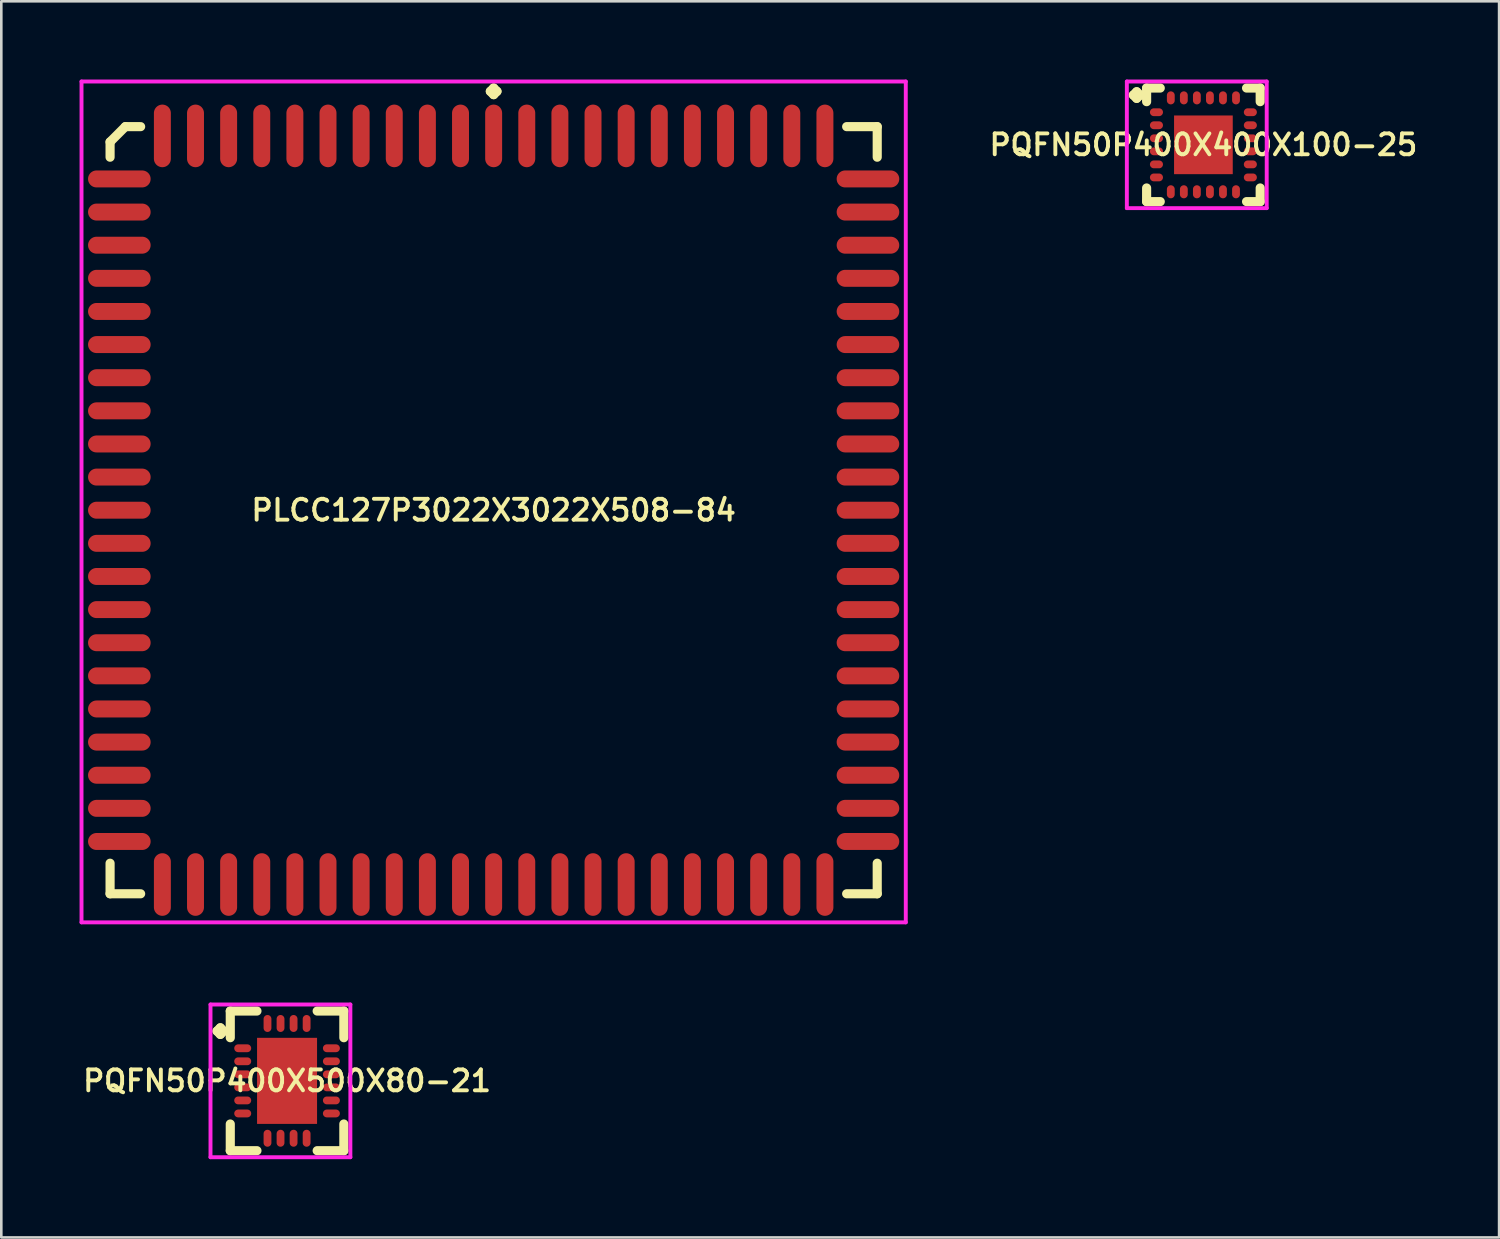
<source format=kicad_pcb>
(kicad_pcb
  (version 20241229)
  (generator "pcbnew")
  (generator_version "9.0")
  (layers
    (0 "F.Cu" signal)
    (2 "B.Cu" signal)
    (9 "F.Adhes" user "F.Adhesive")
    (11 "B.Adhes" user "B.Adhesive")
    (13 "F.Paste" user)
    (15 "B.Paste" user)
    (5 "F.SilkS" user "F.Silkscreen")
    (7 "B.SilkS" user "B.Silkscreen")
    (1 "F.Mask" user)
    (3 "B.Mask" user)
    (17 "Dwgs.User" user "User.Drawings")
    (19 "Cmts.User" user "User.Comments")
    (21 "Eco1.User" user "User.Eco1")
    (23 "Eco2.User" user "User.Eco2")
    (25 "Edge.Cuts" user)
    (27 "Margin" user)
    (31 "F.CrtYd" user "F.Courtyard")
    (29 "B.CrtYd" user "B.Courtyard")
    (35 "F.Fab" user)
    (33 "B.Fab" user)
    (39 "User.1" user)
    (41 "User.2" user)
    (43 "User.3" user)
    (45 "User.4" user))
  (footprint "PLCC127P3022X3022X508-84"
    (layer "F.Cu")
    (at 15.875 16.51)
    (property "Reference" "PLCC127P3022X3022X508-84" (at 0 0 0) (layer "F.SilkS") (effects (font (size 0.8 0.8) (thickness 0.15))))
    (attr smd)
    (fp_line (start -14.705 -14.119) (end -14.119 -14.705) (stroke (width 0.35) (type solid)) (layer "F.SilkS"))
    (fp_line (start -14.705 -13.533) (end -14.705 -14.119) (stroke (width 0.35) (type solid)) (layer "F.SilkS"))
    (fp_line (start -14.705 13.533) (end -14.705 14.705) (stroke (width 0.35) (type solid)) (layer "F.SilkS"))
    (fp_line (start -14.705 14.705) (end -13.533 14.705) (stroke (width 0.35) (type solid)) (layer "F.SilkS"))
    (fp_line (start -14.119 -14.705) (end -13.533 -14.705) (stroke (width 0.35) (type solid)) (layer "F.SilkS"))
    (fp_line (start -0.127 -16.058) (end 0 -16.185) (stroke (width 0.35) (type solid)) (layer "F.SilkS"))
    (fp_line (start 0 -16.185) (end 0.127 -16.058) (stroke (width 0.35) (type solid)) (layer "F.SilkS"))
    (fp_line (start 0 -15.931) (end -0.127 -16.058) (stroke (width 0.35) (type solid)) (layer "F.SilkS"))
    (fp_line (start 0.127 -16.058) (end 0 -15.931) (stroke (width 0.35) (type solid)) (layer "F.SilkS"))
    (fp_line (start 14.705 -14.705) (end 13.533 -14.705) (stroke (width 0.35) (type solid)) (layer "F.SilkS"))
    (fp_line (start 14.705 -13.533) (end 14.705 -14.705) (stroke (width 0.35) (type solid)) (layer "F.SilkS"))
    (fp_line (start 14.705 13.533) (end 14.705 14.705) (stroke (width 0.35) (type solid)) (layer "F.SilkS"))
    (fp_line (start 14.705 14.705) (end 13.533 14.705) (stroke (width 0.35) (type solid)) (layer "F.SilkS"))
    (fp_line (start -15.8 -16.435) (end 15.8 -16.435) (stroke (width 0.15) (type solid)) (layer "F.CrtYd"))
    (fp_line (start -15.8 15.8) (end -15.8 -16.435) (stroke (width 0.15) (type solid)) (layer "F.CrtYd"))
    (fp_line (start 15.8 -16.435) (end 15.8 15.8) (stroke (width 0.15) (type solid)) (layer "F.CrtYd"))
    (fp_line (start 15.8 15.8) (end -15.8 15.8) (stroke (width 0.15) (type solid)) (layer "F.CrtYd"))
    (pad "1" smd oval (at 0 -14.35) (size 0.65 2.4) (layers "F.Cu" "F.Mask" "F.Paste"))
    (pad "2" smd oval (at -1.27 -14.35) (size 0.65 2.4) (layers "F.Cu" "F.Mask" "F.Paste"))
    (pad "3" smd oval (at -2.54 -14.35) (size 0.65 2.4) (layers "F.Cu" "F.Mask" "F.Paste"))
    (pad "4" smd oval (at -3.81 -14.35) (size 0.65 2.4) (layers "F.Cu" "F.Mask" "F.Paste"))
    (pad "5" smd oval (at -5.08 -14.35) (size 0.65 2.4) (layers "F.Cu" "F.Mask" "F.Paste"))
    (pad "6" smd oval (at -6.35 -14.35) (size 0.65 2.4) (layers "F.Cu" "F.Mask" "F.Paste"))
    (pad "7" smd oval (at -7.62 -14.35) (size 0.65 2.4) (layers "F.Cu" "F.Mask" "F.Paste"))
    (pad "8" smd oval (at -8.89 -14.35) (size 0.65 2.4) (layers "F.Cu" "F.Mask" "F.Paste"))
    (pad "9" smd oval (at -10.16 -14.35) (size 0.65 2.4) (layers "F.Cu" "F.Mask" "F.Paste"))
    (pad "10" smd oval (at -11.43 -14.35) (size 0.65 2.4) (layers "F.Cu" "F.Mask" "F.Paste"))
    (pad "11" smd oval (at -12.7 -14.35) (size 0.65 2.4) (layers "F.Cu" "F.Mask" "F.Paste"))
    (pad "12" smd oval (at -14.35 -12.7) (size 2.4 0.65) (layers "F.Cu" "F.Mask" "F.Paste"))
    (pad "13" smd oval (at -14.35 -11.43) (size 2.4 0.65) (layers "F.Cu" "F.Mask" "F.Paste"))
    (pad "14" smd oval (at -14.35 -10.16) (size 2.4 0.65) (layers "F.Cu" "F.Mask" "F.Paste"))
    (pad "15" smd oval (at -14.35 -8.89) (size 2.4 0.65) (layers "F.Cu" "F.Mask" "F.Paste"))
    (pad "16" smd oval (at -14.35 -7.62) (size 2.4 0.65) (layers "F.Cu" "F.Mask" "F.Paste"))
    (pad "17" smd oval (at -14.35 -6.35) (size 2.4 0.65) (layers "F.Cu" "F.Mask" "F.Paste"))
    (pad "18" smd oval (at -14.35 -5.08) (size 2.4 0.65) (layers "F.Cu" "F.Mask" "F.Paste"))
    (pad "19" smd oval (at -14.35 -3.81) (size 2.4 0.65) (layers "F.Cu" "F.Mask" "F.Paste"))
    (pad "20" smd oval (at -14.35 -2.54) (size 2.4 0.65) (layers "F.Cu" "F.Mask" "F.Paste"))
    (pad "21" smd oval (at -14.35 -1.27) (size 2.4 0.65) (layers "F.Cu" "F.Mask" "F.Paste"))
    (pad "22" smd oval (at -14.35 0) (size 2.4 0.65) (layers "F.Cu" "F.Mask" "F.Paste"))
    (pad "23" smd oval (at -14.35 1.27) (size 2.4 0.65) (layers "F.Cu" "F.Mask" "F.Paste"))
    (pad "24" smd oval (at -14.35 2.54) (size 2.4 0.65) (layers "F.Cu" "F.Mask" "F.Paste"))
    (pad "25" smd oval (at -14.35 3.81) (size 2.4 0.65) (layers "F.Cu" "F.Mask" "F.Paste"))
    (pad "26" smd oval (at -14.35 5.08) (size 2.4 0.65) (layers "F.Cu" "F.Mask" "F.Paste"))
    (pad "27" smd oval (at -14.35 6.35) (size 2.4 0.65) (layers "F.Cu" "F.Mask" "F.Paste"))
    (pad "28" smd oval (at -14.35 7.62) (size 2.4 0.65) (layers "F.Cu" "F.Mask" "F.Paste"))
    (pad "29" smd oval (at -14.35 8.89) (size 2.4 0.65) (layers "F.Cu" "F.Mask" "F.Paste"))
    (pad "30" smd oval (at -14.35 10.16) (size 2.4 0.65) (layers "F.Cu" "F.Mask" "F.Paste"))
    (pad "31" smd oval (at -14.35 11.43) (size 2.4 0.65) (layers "F.Cu" "F.Mask" "F.Paste"))
    (pad "32" smd oval (at -14.35 12.7) (size 2.4 0.65) (layers "F.Cu" "F.Mask" "F.Paste"))
    (pad "33" smd oval (at -12.7 14.35) (size 0.65 2.4) (layers "F.Cu" "F.Mask" "F.Paste"))
    (pad "34" smd oval (at -11.43 14.35) (size 0.65 2.4) (layers "F.Cu" "F.Mask" "F.Paste"))
    (pad "35" smd oval (at -10.16 14.35) (size 0.65 2.4) (layers "F.Cu" "F.Mask" "F.Paste"))
    (pad "36" smd oval (at -8.89 14.35) (size 0.65 2.4) (layers "F.Cu" "F.Mask" "F.Paste"))
    (pad "37" smd oval (at -7.62 14.35) (size 0.65 2.4) (layers "F.Cu" "F.Mask" "F.Paste"))
    (pad "38" smd oval (at -6.35 14.35) (size 0.65 2.4) (layers "F.Cu" "F.Mask" "F.Paste"))
    (pad "39" smd oval (at -5.08 14.35) (size 0.65 2.4) (layers "F.Cu" "F.Mask" "F.Paste"))
    (pad "40" smd oval (at -3.81 14.35) (size 0.65 2.4) (layers "F.Cu" "F.Mask" "F.Paste"))
    (pad "41" smd oval (at -2.54 14.35) (size 0.65 2.4) (layers "F.Cu" "F.Mask" "F.Paste"))
    (pad "42" smd oval (at -1.27 14.35) (size 0.65 2.4) (layers "F.Cu" "F.Mask" "F.Paste"))
    (pad "43" smd oval (at 0 14.35) (size 0.65 2.4) (layers "F.Cu" "F.Mask" "F.Paste"))
    (pad "44" smd oval (at 1.27 14.35) (size 0.65 2.4) (layers "F.Cu" "F.Mask" "F.Paste"))
    (pad "45" smd oval (at 2.54 14.35) (size 0.65 2.4) (layers "F.Cu" "F.Mask" "F.Paste"))
    (pad "46" smd oval (at 3.81 14.35) (size 0.65 2.4) (layers "F.Cu" "F.Mask" "F.Paste"))
    (pad "47" smd oval (at 5.08 14.35) (size 0.65 2.4) (layers "F.Cu" "F.Mask" "F.Paste"))
    (pad "48" smd oval (at 6.35 14.35) (size 0.65 2.4) (layers "F.Cu" "F.Mask" "F.Paste"))
    (pad "49" smd oval (at 7.62 14.35) (size 0.65 2.4) (layers "F.Cu" "F.Mask" "F.Paste"))
    (pad "50" smd oval (at 8.89 14.35) (size 0.65 2.4) (layers "F.Cu" "F.Mask" "F.Paste"))
    (pad "51" smd oval (at 10.16 14.35) (size 0.65 2.4) (layers "F.Cu" "F.Mask" "F.Paste"))
    (pad "52" smd oval (at 11.43 14.35) (size 0.65 2.4) (layers "F.Cu" "F.Mask" "F.Paste"))
    (pad "53" smd oval (at 12.7 14.35) (size 0.65 2.4) (layers "F.Cu" "F.Mask" "F.Paste"))
    (pad "54" smd oval (at 14.35 12.7) (size 2.4 0.65) (layers "F.Cu" "F.Mask" "F.Paste"))
    (pad "55" smd oval (at 14.35 11.43) (size 2.4 0.65) (layers "F.Cu" "F.Mask" "F.Paste"))
    (pad "56" smd oval (at 14.35 10.16) (size 2.4 0.65) (layers "F.Cu" "F.Mask" "F.Paste"))
    (pad "57" smd oval (at 14.35 8.89) (size 2.4 0.65) (layers "F.Cu" "F.Mask" "F.Paste"))
    (pad "58" smd oval (at 14.35 7.62) (size 2.4 0.65) (layers "F.Cu" "F.Mask" "F.Paste"))
    (pad "59" smd oval (at 14.35 6.35) (size 2.4 0.65) (layers "F.Cu" "F.Mask" "F.Paste"))
    (pad "60" smd oval (at 14.35 5.08) (size 2.4 0.65) (layers "F.Cu" "F.Mask" "F.Paste"))
    (pad "61" smd oval (at 14.35 3.81) (size 2.4 0.65) (layers "F.Cu" "F.Mask" "F.Paste"))
    (pad "62" smd oval (at 14.35 2.54) (size 2.4 0.65) (layers "F.Cu" "F.Mask" "F.Paste"))
    (pad "63" smd oval (at 14.35 1.27) (size 2.4 0.65) (layers "F.Cu" "F.Mask" "F.Paste"))
    (pad "64" smd oval (at 14.35 0) (size 2.4 0.65) (layers "F.Cu" "F.Mask" "F.Paste"))
    (pad "65" smd oval (at 14.35 -1.27) (size 2.4 0.65) (layers "F.Cu" "F.Mask" "F.Paste"))
    (pad "66" smd oval (at 14.35 -2.54) (size 2.4 0.65) (layers "F.Cu" "F.Mask" "F.Paste"))
    (pad "67" smd oval (at 14.35 -3.81) (size 2.4 0.65) (layers "F.Cu" "F.Mask" "F.Paste"))
    (pad "68" smd oval (at 14.35 -5.08) (size 2.4 0.65) (layers "F.Cu" "F.Mask" "F.Paste"))
    (pad "69" smd oval (at 14.35 -6.35) (size 2.4 0.65) (layers "F.Cu" "F.Mask" "F.Paste"))
    (pad "70" smd oval (at 14.35 -7.62) (size 2.4 0.65) (layers "F.Cu" "F.Mask" "F.Paste"))
    (pad "71" smd oval (at 14.35 -8.89) (size 2.4 0.65) (layers "F.Cu" "F.Mask" "F.Paste"))
    (pad "72" smd oval (at 14.35 -10.16) (size 2.4 0.65) (layers "F.Cu" "F.Mask" "F.Paste"))
    (pad "73" smd oval (at 14.35 -11.43) (size 2.4 0.65) (layers "F.Cu" "F.Mask" "F.Paste"))
    (pad "74" smd oval (at 14.35 -12.7) (size 2.4 0.65) (layers "F.Cu" "F.Mask" "F.Paste"))
    (pad "75" smd oval (at 12.7 -14.35) (size 0.65 2.4) (layers "F.Cu" "F.Mask" "F.Paste"))
    (pad "76" smd oval (at 11.43 -14.35) (size 0.65 2.4) (layers "F.Cu" "F.Mask" "F.Paste"))
    (pad "77" smd oval (at 10.16 -14.35) (size 0.65 2.4) (layers "F.Cu" "F.Mask" "F.Paste"))
    (pad "78" smd oval (at 8.89 -14.35) (size 0.65 2.4) (layers "F.Cu" "F.Mask" "F.Paste"))
    (pad "79" smd oval (at 7.62 -14.35) (size 0.65 2.4) (layers "F.Cu" "F.Mask" "F.Paste"))
    (pad "80" smd oval (at 6.35 -14.35) (size 0.65 2.4) (layers "F.Cu" "F.Mask" "F.Paste"))
    (pad "81" smd oval (at 5.08 -14.35) (size 0.65 2.4) (layers "F.Cu" "F.Mask" "F.Paste"))
    (pad "82" smd oval (at 3.81 -14.35) (size 0.65 2.4) (layers "F.Cu" "F.Mask" "F.Paste"))
    (pad "83" smd oval (at 2.54 -14.35) (size 0.65 2.4) (layers "F.Cu" "F.Mask" "F.Paste"))
    (pad "84" smd oval (at 1.27 -14.35) (size 0.65 2.4) (layers "F.Cu" "F.Mask" "F.Paste")))
  (footprint "PQFN50P400X400X100-25"
    (layer "F.Cu")
    (at 43.085 2.502)
    (property "Reference" "PQFN50P400X400X100-25" (at 0 0 0) (layer "F.SilkS") (effects (font (size 0.8 0.8) (thickness 0.15))))
    (attr through_hole)
    (fp_line (start -2.685 -1.908) (end -2.558 -2.035) (stroke (width 0.35) (type solid)) (layer "F.SilkS"))
    (fp_line (start -2.558 -2.035) (end -2.431 -1.908) (stroke (width 0.35) (type solid)) (layer "F.SilkS"))
    (fp_line (start -2.558 -1.781) (end -2.685 -1.908) (stroke (width 0.35) (type solid)) (layer "F.SilkS"))
    (fp_line (start -2.431 -1.908) (end -2.558 -1.781) (stroke (width 0.35) (type solid)) (layer "F.SilkS"))
    (fp_line (start -2.177 -2.177) (end -1.654 -2.177) (stroke (width 0.35) (type solid)) (layer "F.SilkS"))
    (fp_line (start -2.177 -1.654) (end -2.177 -2.177) (stroke (width 0.35) (type solid)) (layer "F.SilkS"))
    (fp_line (start -2.177 1.654) (end -2.177 2.177) (stroke (width 0.35) (type solid)) (layer "F.SilkS"))
    (fp_line (start -2.177 2.177) (end -1.654 2.177) (stroke (width 0.35) (type solid)) (layer "F.SilkS"))
    (fp_line (start 1.654 -2.177) (end 2.177 -2.177) (stroke (width 0.35) (type solid)) (layer "F.SilkS"))
    (fp_line (start 1.654 2.177) (end 2.177 2.177) (stroke (width 0.35) (type solid)) (layer "F.SilkS"))
    (fp_line (start 2.177 -2.177) (end 2.177 -1.654) (stroke (width 0.35) (type solid)) (layer "F.SilkS"))
    (fp_line (start 2.177 2.177) (end 2.177 1.654) (stroke (width 0.35) (type solid)) (layer "F.SilkS"))
    (fp_line (start -2.935 -2.427) (end 2.427 -2.427) (stroke (width 0.15) (type solid)) (layer "F.CrtYd"))
    (fp_line (start -2.935 2.427) (end -2.935 -2.427) (stroke (width 0.15) (type solid)) (layer "F.CrtYd"))
    (fp_line (start 2.427 -2.427) (end 2.427 2.427) (stroke (width 0.15) (type solid)) (layer "F.CrtYd"))
    (fp_line (start 2.427 2.427) (end -2.935 2.427) (stroke (width 0.15) (type solid)) (layer "F.CrtYd"))
    (pad "1" smd oval (at -1.8 -1.25) (size 0.5 0.3) (layers "F.Cu" "F.Mask" "F.Paste"))
    (pad "2" smd oval (at -1.8 -0.75) (size 0.5 0.3) (layers "F.Cu" "F.Mask" "F.Paste"))
    (pad "3" smd oval (at -1.8 -0.25) (size 0.5 0.3) (layers "F.Cu" "F.Mask" "F.Paste"))
    (pad "4" smd oval (at -1.8 0.25) (size 0.5 0.3) (layers "F.Cu" "F.Mask" "F.Paste"))
    (pad "5" smd oval (at -1.8 0.75) (size 0.5 0.3) (layers "F.Cu" "F.Mask" "F.Paste"))
    (pad "6" smd oval (at -1.8 1.25) (size 0.5 0.3) (layers "F.Cu" "F.Mask" "F.Paste"))
    (pad "7" smd oval (at -1.25 1.8) (size 0.3 0.5) (layers "F.Cu" "F.Mask" "F.Paste"))
    (pad "8" smd oval (at -0.75 1.8) (size 0.3 0.5) (layers "F.Cu" "F.Mask" "F.Paste"))
    (pad "9" smd oval (at -0.25 1.8) (size 0.3 0.5) (layers "F.Cu" "F.Mask" "F.Paste"))
    (pad "10" smd oval (at 0.25 1.8) (size 0.3 0.5) (layers "F.Cu" "F.Mask" "F.Paste"))
    (pad "11" smd oval (at 0.75 1.8) (size 0.3 0.5) (layers "F.Cu" "F.Mask" "F.Paste"))
    (pad "12" smd oval (at 1.25 1.8) (size 0.3 0.5) (layers "F.Cu" "F.Mask" "F.Paste"))
    (pad "13" smd oval (at 1.8 1.25) (size 0.5 0.3) (layers "F.Cu" "F.Mask" "F.Paste"))
    (pad "14" smd oval (at 1.8 0.75) (size 0.5 0.3) (layers "F.Cu" "F.Mask" "F.Paste"))
    (pad "15" smd oval (at 1.8 0.25) (size 0.5 0.3) (layers "F.Cu" "F.Mask" "F.Paste"))
    (pad "16" smd oval (at 1.8 -0.25) (size 0.5 0.3) (layers "F.Cu" "F.Mask" "F.Paste"))
    (pad "17" smd oval (at 1.8 -0.75) (size 0.5 0.3) (layers "F.Cu" "F.Mask" "F.Paste"))
    (pad "18" smd oval (at 1.8 -1.25) (size 0.5 0.3) (layers "F.Cu" "F.Mask" "F.Paste"))
    (pad "19" smd oval (at 1.25 -1.8) (size 0.3 0.5) (layers "F.Cu" "F.Mask" "F.Paste"))
    (pad "20" smd oval (at 0.75 -1.8) (size 0.3 0.5) (layers "F.Cu" "F.Mask" "F.Paste"))
    (pad "21" smd oval (at 0.25 -1.8) (size 0.3 0.5) (layers "F.Cu" "F.Mask" "F.Paste"))
    (pad "22" smd oval (at -0.25 -1.8) (size 0.3 0.5) (layers "F.Cu" "F.Mask" "F.Paste"))
    (pad "23" smd oval (at -0.75 -1.8) (size 0.3 0.5) (layers "F.Cu" "F.Mask" "F.Paste"))
    (pad "24" smd oval (at -1.25 -1.8) (size 0.3 0.5) (layers "F.Cu" "F.Mask" "F.Paste"))
    (pad "25" smd rect (at 0 0) (size 2.25 2.25) (layers "F.Cu" "F.Mask" "F.Paste")))
  (footprint "PQFN50P400X500X80-21"
    (layer "F.Cu")
    (at 7.955 38.387)
    (property "Reference" "PQFN50P400X500X80-21" (at 0 0 0) (layer "F.SilkS") (effects (font (size 0.8 0.8) (thickness 0.15))))
    (attr through_hole)
    (fp_line (start -2.685 -1.908) (end -2.558 -2.035) (stroke (width 0.35) (type solid)) (layer "F.SilkS"))
    (fp_line (start -2.558 -2.035) (end -2.431 -1.908) (stroke (width 0.35) (type solid)) (layer "F.SilkS"))
    (fp_line (start -2.558 -1.781) (end -2.685 -1.908) (stroke (width 0.35) (type solid)) (layer "F.SilkS"))
    (fp_line (start -2.431 -1.908) (end -2.558 -1.781) (stroke (width 0.35) (type solid)) (layer "F.SilkS"))
    (fp_line (start -2.177 -2.677) (end -1.154 -2.677) (stroke (width 0.35) (type solid)) (layer "F.SilkS"))
    (fp_line (start -2.177 -1.654) (end -2.177 -2.677) (stroke (width 0.35) (type solid)) (layer "F.SilkS"))
    (fp_line (start -2.177 1.654) (end -2.177 2.677) (stroke (width 0.35) (type solid)) (layer "F.SilkS"))
    (fp_line (start -2.177 2.677) (end -1.154 2.677) (stroke (width 0.35) (type solid)) (layer "F.SilkS"))
    (fp_line (start 1.154 -2.677) (end 2.177 -2.677) (stroke (width 0.35) (type solid)) (layer "F.SilkS"))
    (fp_line (start 1.154 2.677) (end 2.177 2.677) (stroke (width 0.35) (type solid)) (layer "F.SilkS"))
    (fp_line (start 2.177 -2.677) (end 2.177 -1.654) (stroke (width 0.35) (type solid)) (layer "F.SilkS"))
    (fp_line (start 2.177 2.677) (end 2.177 1.654) (stroke (width 0.35) (type solid)) (layer "F.SilkS"))
    (fp_line (start -2.935 -2.927) (end 2.427 -2.927) (stroke (width 0.15) (type solid)) (layer "F.CrtYd"))
    (fp_line (start -2.935 2.927) (end -2.935 -2.927) (stroke (width 0.15) (type solid)) (layer "F.CrtYd"))
    (fp_line (start 2.427 -2.927) (end 2.427 2.927) (stroke (width 0.15) (type solid)) (layer "F.CrtYd"))
    (fp_line (start 2.427 2.927) (end -2.935 2.927) (stroke (width 0.15) (type solid)) (layer "F.CrtYd"))
    (pad "1" smd oval (at -1.7 -1.25) (size 0.65 0.3) (layers "F.Cu" "F.Mask" "F.Paste"))
    (pad "2" smd oval (at -1.7 -0.75) (size 0.65 0.3) (layers "F.Cu" "F.Mask" "F.Paste"))
    (pad "3" smd oval (at -1.7 -0.25) (size 0.65 0.3) (layers "F.Cu" "F.Mask" "F.Paste"))
    (pad "4" smd oval (at -1.7 0.25) (size 0.65 0.3) (layers "F.Cu" "F.Mask" "F.Paste"))
    (pad "5" smd oval (at -1.7 0.75) (size 0.65 0.3) (layers "F.Cu" "F.Mask" "F.Paste"))
    (pad "6" smd oval (at -1.7 1.25) (size 0.65 0.3) (layers "F.Cu" "F.Mask" "F.Paste"))
    (pad "7" smd oval (at -0.75 2.2) (size 0.3 0.65) (layers "F.Cu" "F.Mask" "F.Paste"))
    (pad "8" smd oval (at -0.25 2.2) (size 0.3 0.65) (layers "F.Cu" "F.Mask" "F.Paste"))
    (pad "9" smd oval (at 0.25 2.2) (size 0.3 0.65) (layers "F.Cu" "F.Mask" "F.Paste"))
    (pad "10" smd oval (at 0.75 2.2) (size 0.3 0.65) (layers "F.Cu" "F.Mask" "F.Paste"))
    (pad "11" smd oval (at 1.7 1.25) (size 0.65 0.3) (layers "F.Cu" "F.Mask" "F.Paste"))
    (pad "12" smd oval (at 1.7 0.75) (size 0.65 0.3) (layers "F.Cu" "F.Mask" "F.Paste"))
    (pad "13" smd oval (at 1.7 0.25) (size 0.65 0.3) (layers "F.Cu" "F.Mask" "F.Paste"))
    (pad "14" smd oval (at 1.7 -0.25) (size 0.65 0.3) (layers "F.Cu" "F.Mask" "F.Paste"))
    (pad "15" smd oval (at 1.7 -0.75) (size 0.65 0.3) (layers "F.Cu" "F.Mask" "F.Paste"))
    (pad "16" smd oval (at 1.7 -1.25) (size 0.65 0.3) (layers "F.Cu" "F.Mask" "F.Paste"))
    (pad "17" smd oval (at 0.75 -2.2) (size 0.3 0.65) (layers "F.Cu" "F.Mask" "F.Paste"))
    (pad "18" smd oval (at 0.25 -2.2) (size 0.3 0.65) (layers "F.Cu" "F.Mask" "F.Paste"))
    (pad "19" smd oval (at -0.25 -2.2) (size 0.3 0.65) (layers "F.Cu" "F.Mask" "F.Paste"))
    (pad "20" smd oval (at -0.75 -2.2) (size 0.3 0.65) (layers "F.Cu" "F.Mask" "F.Paste"))
    (pad "21" smd rect (at 0 0) (size 2.3 3.3) (layers "F.Cu" "F.Mask" "F.Paste")))
  (gr_rect
    (start -3 -3)
    (end 54.421 44.389)
    (stroke (width 0.1) (type default))
    (fill no)
    (layer "Edge.Cuts")))
</source>
